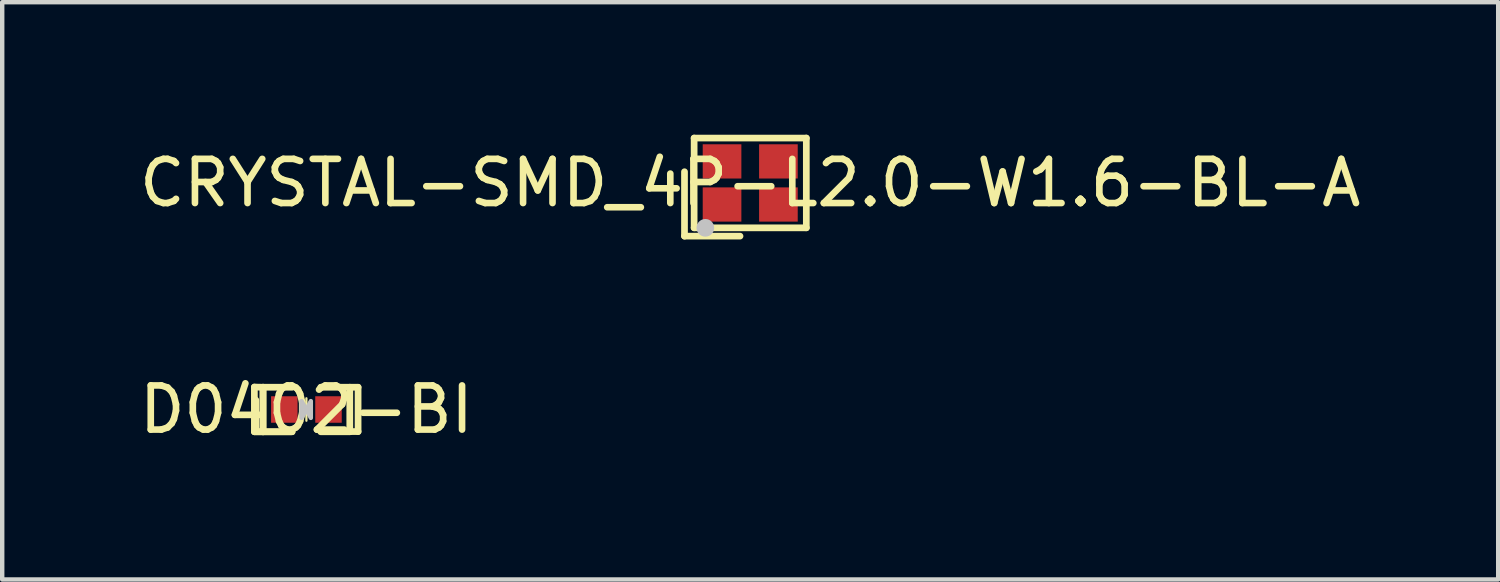
<source format=kicad_pcb>
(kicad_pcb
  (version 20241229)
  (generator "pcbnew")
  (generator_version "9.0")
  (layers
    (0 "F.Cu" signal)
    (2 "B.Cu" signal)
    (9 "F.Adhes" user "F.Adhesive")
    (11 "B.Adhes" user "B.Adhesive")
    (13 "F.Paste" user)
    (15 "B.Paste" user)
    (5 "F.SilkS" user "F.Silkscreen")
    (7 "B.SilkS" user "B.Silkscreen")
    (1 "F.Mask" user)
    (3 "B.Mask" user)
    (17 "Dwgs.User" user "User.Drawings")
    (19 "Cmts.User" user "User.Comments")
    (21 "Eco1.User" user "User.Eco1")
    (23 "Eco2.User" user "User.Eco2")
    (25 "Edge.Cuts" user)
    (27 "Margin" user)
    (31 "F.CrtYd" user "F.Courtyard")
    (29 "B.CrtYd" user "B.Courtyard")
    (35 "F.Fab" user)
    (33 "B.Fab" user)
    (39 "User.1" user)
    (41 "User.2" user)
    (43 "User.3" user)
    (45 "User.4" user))
  (footprint "D0402-BI"
    (layer "F.Cu")
    (at 3.887 6.221)
    (property "Reference" "D0402-BI" (at 0 0 0) (layer "F.SilkS") (effects (font (size 1 1) (thickness 0.15))))
    (fp_line (start -1.178 -0.508) (end -0.982 -0.504) (stroke (width 0.152) (type default)) (layer "F.SilkS"))
    (fp_line (start -1.178 0.504) (end -1.178 -0.508) (stroke (width 0.152) (type default)) (layer "F.SilkS"))
    (fp_line (start -0.982 -0.504) (end -0.982 0.504) (stroke (width 0.152) (type default)) (layer "F.SilkS"))
    (fp_line (start -0.982 -0.504) (end -0.982 0.504) (stroke (width 0.152) (type default)) (layer "F.SilkS"))
    (fp_line (start -0.982 0.504) (end -1.17 0.504) (stroke (width 0.152) (type default)) (layer "F.SilkS"))
    (fp_line (start -0.982 0.504) (end -0.324 0.504) (stroke (width 0.152) (type default)) (layer "F.SilkS"))
    (fp_line (start -0.982 0.504) (end -0.324 0.504) (stroke (width 0.152) (type default)) (layer "F.SilkS"))
    (fp_line (start -0.975 0.504) (end -1.178 0.504) (stroke (width 0.152) (type default)) (layer "F.SilkS"))
    (fp_line (start -0.324 -0.504) (end -0.982 -0.504) (stroke (width 0.152) (type default)) (layer "F.SilkS"))
    (fp_line (start 0 -0.254) (end 0 0.254) (stroke (width 0.051) (type default)) (layer "F.SilkS"))
    (fp_line (start 0.324 0.504) (end 0.982 0.504) (stroke (width 0.152) (type default)) (layer "F.SilkS"))
    (fp_line (start 0.982 -0.504) (end 0.324 -0.504) (stroke (width 0.152) (type default)) (layer "F.SilkS"))
    (fp_line (start 0.982 -0.504) (end 1.17 -0.504) (stroke (width 0.152) (type default)) (layer "F.SilkS"))
    (fp_line (start 0.982 0.504) (end 0.982 -0.504) (stroke (width 0.152) (type default)) (layer "F.SilkS"))
    (fp_line (start 1.17 -0.504) (end 1.17 0.5) (stroke (width 0.152) (type default)) (layer "F.SilkS"))
    (fp_line (start 1.17 0.5) (end 0.847 0.5) (stroke (width 0.152) (type default)) (layer "F.SilkS"))
    (fp_poly (pts (xy 0 0) (xy 0.1 -0.19) (xy 0.1 0.19)) (stroke (width 0) (type default)) (fill yes) (layer "F.SilkS"))
    (fp_poly (pts (xy 0 0.01) (xy -0.11 0.19) (xy -0.11 0.01) (xy -0.11 -0.19)) (stroke (width 0) (type default)) (fill yes) (layer "F.SilkS"))
    (fp_poly (pts (xy -0.18 -0.225) (xy -0.18 0.226) (xy -0.25 0.276) (xy -0.73 0.276) (xy -0.78 0.226) (xy -0.78 -0.225) (xy -0.73 -0.275) (xy -0.25 -0.275)) (stroke (width 0) (type default)) (fill yes) (layer "F.Paste"))
    (fp_poly (pts (xy 0.78 -0.225) (xy 0.78 0.226) (xy 0.73 0.276) (xy 0.25 0.276) (xy 0.18 0.226) (xy 0.18 -0.225) (xy 0.25 -0.275) (xy 0.73 -0.275)) (stroke (width 0) (type default)) (fill yes) (layer "F.Paste"))
    (fp_poly (pts (xy 0 0) (xy 0.1 -0.19) (xy 0.1 0.19)) (stroke (width 0.1) (type default)) (fill no) (layer "Dwgs.User"))
    (fp_poly (pts (xy 0 0.01) (xy -0.11 0.19) (xy -0.11 0.01) (xy -0.11 -0.19)) (stroke (width 0.1) (type default)) (fill no) (layer "Dwgs.User"))
    (fp_poly (pts (xy -0.25 0.25) (xy -0.5 0.25) (xy -0.5 -0.25) (xy -0.25 -0.25)) (stroke (width 0.1) (type default)) (fill no) (layer "User.1"))
    (fp_poly (pts (xy 0.25 -0.25) (xy 0.5 -0.25) (xy 0.5 0.25) (xy 0.25 0.25)) (stroke (width 0.1) (type default)) (fill no) (layer "User.1"))
    (fp_line (start -0.5 -0.25) (end 0.5 -0.25) (stroke (width 0.051) (type default)) (layer "User.2"))
    (fp_line (start -0.5 0.25) (end -0.5 -0.25) (stroke (width 0.051) (type default)) (layer "User.2"))
    (fp_line (start 0.5 -0.25) (end 0.5 0.25) (stroke (width 0.051) (type default)) (layer "User.2"))
    (fp_line (start 0.5 0.25) (end -0.5 0.25) (stroke (width 0.051) (type default)) (layer "User.2"))
    (fp_poly (pts (xy -0.44 0.25) (xy -0.458 0.208) (xy -0.5 0.19) (xy -0.542 0.208) (xy -0.56 0.25) (xy -0.542 0.292) (xy -0.5 0.31) (xy -0.458 0.292)) (stroke (width 0.1) (type default)) (fill no) (layer "User.3"))
    (pad "1" smd rect (at -0.5 0) (size 0.6 0.6) (layers "F.Cu" "F.Mask" "F.Paste"))
    (pad "2" smd rect (at 0.5 0) (size 0.6 0.6) (layers "F.Cu" "F.Mask" "F.Paste")))
  (footprint "CRYSTAL-SMD_4P-L2.0-W1.6-BL-A"
    (layer "F.Cu")
    (at 13.935 1.092)
    (property "Reference" "CRYSTAL-SMD_4P-L2.0-W1.6-BL-A" (at 0 0 0) (layer "F.SilkS") (effects (font (size 1 1) (thickness 0.15))))
    (fp_line (start -1.488 -0.254) (end -1.488 1.204) (stroke (width 0.152) (type default)) (layer "F.SilkS"))
    (fp_line (start -1.488 1.204) (end -0.231 1.204) (stroke (width 0.152) (type default)) (layer "F.SilkS"))
    (fp_line (start -1.27 -1.016) (end 1.27 -1.016) (stroke (width 0.152) (type default)) (layer "F.SilkS"))
    (fp_line (start -1.27 1.016) (end -1.27 -1.016) (stroke (width 0.152) (type default)) (layer "F.SilkS"))
    (fp_line (start 1.27 -1.016) (end 1.27 1.016) (stroke (width 0.152) (type default)) (layer "F.SilkS"))
    (fp_line (start 1.27 1.016) (end -1.27 1.016) (stroke (width 0.152) (type default)) (layer "F.SilkS"))
    (fp_circle (center -1.016 1.016) (end -0.916 1.016) (stroke (width 0.2) (type default)) (fill no) (layer "Dwgs.User"))
    (fp_poly (pts (xy -1 -0.8) (xy -0.325 -0.8) (xy -0.325 -0.225) (xy -1 -0.225)) (stroke (width 0.1) (type default)) (fill no) (layer "User.1"))
    (fp_poly (pts (xy -1 0.225) (xy -0.325 0.225) (xy -0.325 0.8) (xy -1 0.8)) (stroke (width 0.1) (type default)) (fill no) (layer "User.1"))
    (fp_poly (pts (xy 0.325 -0.8) (xy 1 -0.8) (xy 1 -0.225) (xy 0.325 -0.225)) (stroke (width 0.1) (type default)) (fill no) (layer "User.1"))
    (fp_poly (pts (xy 0.325 0.225) (xy 1 0.225) (xy 1 0.8) (xy 0.325 0.8)) (stroke (width 0.1) (type default)) (fill no) (layer "User.1"))
    (fp_line (start -1 -0.8) (end 1 -0.8) (stroke (width 0.051) (type default)) (layer "User.2"))
    (fp_line (start -1 0.8) (end -1 -0.8) (stroke (width 0.051) (type default)) (layer "User.2"))
    (fp_line (start 1 -0.8) (end 1 0.8) (stroke (width 0.051) (type default)) (layer "User.2"))
    (fp_line (start 1 0.8) (end -1 0.8) (stroke (width 0.051) (type default)) (layer "User.2"))
    (fp_poly (pts (xy -0.94 0.8) (xy -0.958 0.758) (xy -1 0.74) (xy -1.042 0.758) (xy -1.06 0.8) (xy -1.042 0.842) (xy -1 0.86) (xy -0.958 0.842)) (stroke (width 0.1) (type default)) (fill no) (layer "User.3"))
    (pad "1" smd rect (at -0.638 0.488) (size 0.875 0.775) (layers "F.Cu" "F.Mask" "F.Paste"))
    (pad "2" smd rect (at 0.638 0.488) (size 0.875 0.775) (layers "F.Cu" "F.Mask" "F.Paste"))
    (pad "3" smd rect (at 0.638 -0.488) (size 0.875 0.775) (layers "F.Cu" "F.Mask" "F.Paste"))
    (pad "4" smd rect (at -0.638 -0.488) (size 0.875 0.775) (layers "F.Cu" "F.Mask" "F.Paste")))
  (gr_rect
    (start -3 -3)
    (end 30.869 10.069)
    (stroke (width 0.1) (type default))
    (fill no)
    (layer "Edge.Cuts")))
</source>
